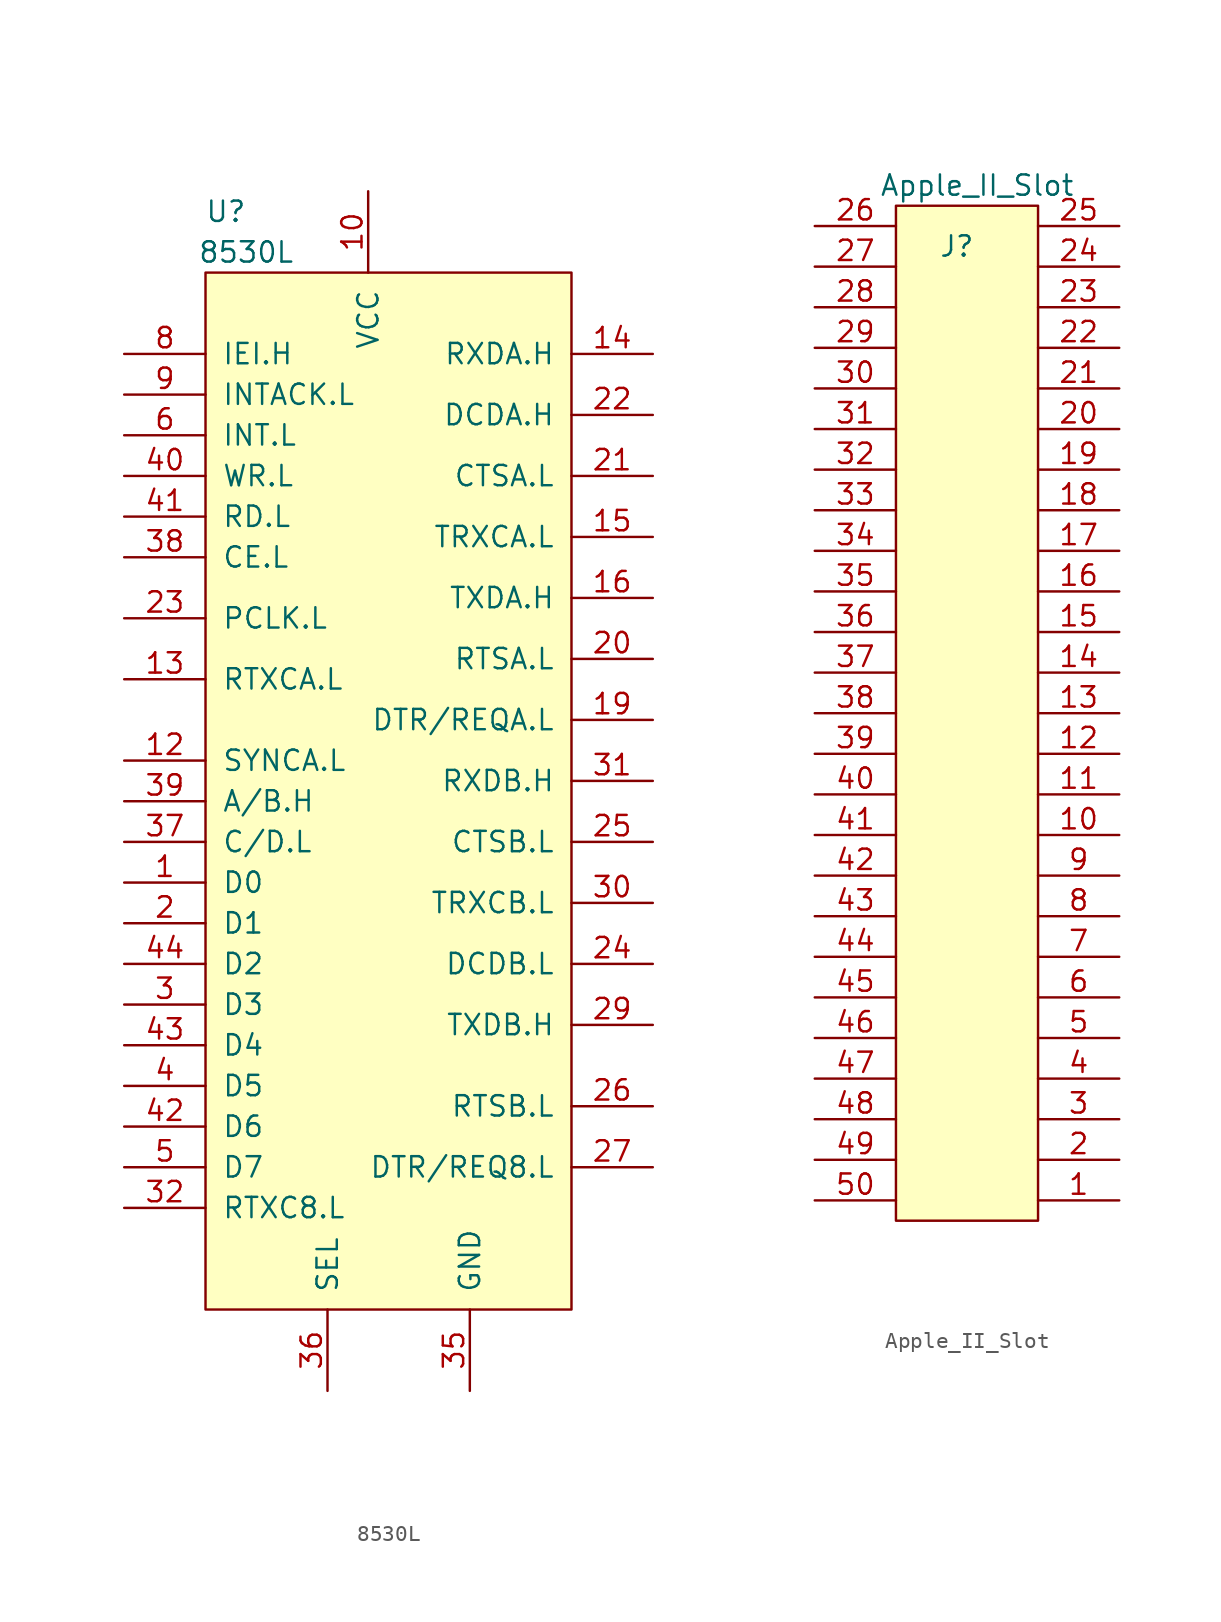
<source format=kicad_sym>
(kicad_symbol_lib
  (version 20211014)
  (generator kicad_symbol_editor)
  (symbol "8530L"
    (pin_names
      (offset 1.016))
    (property "Reference" "U"
      (at -8.89 36.83 0)
      (effects (font (size 1.27 1.27))))
    (property "Value" "8530L"
      (at -7.62 34.29 0)
      (effects (font (size 1.27 1.27))))
    (symbol "8530L_0_1"
      (rectangle (start -10.16 33.02) (end 12.7 -31.75) (stroke (width 0) (type default) (color 0 0 0 0)) (fill (type background))))
    (symbol "8530L_1_1"
      (pin input line (at -15.24 -5.08 0) (length 5.08) (name "D0" (effects (font (size 1.27 1.27)))) (number "1" (effects (font (size 1.27 1.27)))))
      (pin input line (at 0 38.1 270) (length 5.08) (name "VCC" (effects (font (size 1.27 1.27)))) (number "10" (effects (font (size 1.27 1.27)))))
      (pin input line (at -15.24 2.54 0) (length 5.08) (name "SYNCA.L" (effects (font (size 1.27 1.27)))) (number "12" (effects (font (size 1.27 1.27)))))
      (pin input line (at -15.24 7.62 0) (length 5.08) (name "RTXCA.L" (effects (font (size 1.27 1.27)))) (number "13" (effects (font (size 1.27 1.27)))))
      (pin input line (at 17.78 27.94 180) (length 5.08) (name "RXDA.H" (effects (font (size 1.27 1.27)))) (number "14" (effects (font (size 1.27 1.27)))))
      (pin input line (at 17.78 16.51 180) (length 5.08) (name "TRXCA.L" (effects (font (size 1.27 1.27)))) (number "15" (effects (font (size 1.27 1.27)))))
      (pin input line (at 17.78 12.7 180) (length 5.08) (name "TXDA.H" (effects (font (size 1.27 1.27)))) (number "16" (effects (font (size 1.27 1.27)))))
      (pin input line (at 17.78 5.08 180) (length 5.08) (name "DTR/REQA.L" (effects (font (size 1.27 1.27)))) (number "19" (effects (font (size 1.27 1.27)))))
      (pin input line (at -15.24 -7.62 0) (length 5.08) (name "D1" (effects (font (size 1.27 1.27)))) (number "2" (effects (font (size 1.27 1.27)))))
      (pin input line (at 17.78 8.89 180) (length 5.08) (name "RTSA.L" (effects (font (size 1.27 1.27)))) (number "20" (effects (font (size 1.27 1.27)))))
      (pin input line (at 17.78 20.32 180) (length 5.08) (name "CTSA.L" (effects (font (size 1.27 1.27)))) (number "21" (effects (font (size 1.27 1.27)))))
      (pin input line (at 17.78 24.13 180) (length 5.08) (name "DCDA.H" (effects (font (size 1.27 1.27)))) (number "22" (effects (font (size 1.27 1.27)))))
      (pin input line (at -15.24 11.43 0) (length 5.08) (name "PCLK.L" (effects (font (size 1.27 1.27)))) (number "23" (effects (font (size 1.27 1.27)))))
      (pin input line (at 17.78 -10.16 180) (length 5.08) (name "DCDB.L" (effects (font (size 1.27 1.27)))) (number "24" (effects (font (size 1.27 1.27)))))
      (pin input line (at 17.78 -2.54 180) (length 5.08) (name "CTSB.L" (effects (font (size 1.27 1.27)))) (number "25" (effects (font (size 1.27 1.27)))))
      (pin input line (at 17.78 -19.05 180) (length 5.08) (name "RTSB.L" (effects (font (size 1.27 1.27)))) (number "26" (effects (font (size 1.27 1.27)))))
      (pin input line (at 17.78 -22.86 180) (length 5.08) (name "DTR/REQ8.L" (effects (font (size 1.27 1.27)))) (number "27" (effects (font (size 1.27 1.27)))))
      (pin input line (at 17.78 -13.97 180) (length 5.08) (name "TXDB.H" (effects (font (size 1.27 1.27)))) (number "29" (effects (font (size 1.27 1.27)))))
      (pin input line (at -15.24 -12.7 0) (length 5.08) (name "D3" (effects (font (size 1.27 1.27)))) (number "3" (effects (font (size 1.27 1.27)))))
      (pin input line (at 17.78 -6.35 180) (length 5.08) (name "TRXCB.L" (effects (font (size 1.27 1.27)))) (number "30" (effects (font (size 1.27 1.27)))))
      (pin input line (at 17.78 1.27 180) (length 5.08) (name "RXDB.H" (effects (font (size 1.27 1.27)))) (number "31" (effects (font (size 1.27 1.27)))))
      (pin input line (at -15.24 -25.4 0) (length 5.08) (name "RTXC8.L" (effects (font (size 1.27 1.27)))) (number "32" (effects (font (size 1.27 1.27)))))
      (pin input line (at 6.35 -36.83 90) (length 5.08) (name "GND" (effects (font (size 1.27 1.27)))) (number "35" (effects (font (size 1.27 1.27)))))
      (pin input line (at -2.54 -36.83 90) (length 5.08) (name "SEL" (effects (font (size 1.27 1.27)))) (number "36" (effects (font (size 1.27 1.27)))))
      (pin input line (at -15.24 -2.54 0) (length 5.08) (name "C/D.L" (effects (font (size 1.27 1.27)))) (number "37" (effects (font (size 1.27 1.27)))))
      (pin input line (at -15.24 15.24 0) (length 5.08) (name "CE.L" (effects (font (size 1.27 1.27)))) (number "38" (effects (font (size 1.27 1.27)))))
      (pin input line (at -15.24 0 0) (length 5.08) (name "A/B.H" (effects (font (size 1.27 1.27)))) (number "39" (effects (font (size 1.27 1.27)))))
      (pin input line (at -15.24 -17.78 0) (length 5.08) (name "D5" (effects (font (size 1.27 1.27)))) (number "4" (effects (font (size 1.27 1.27)))))
      (pin input line (at -15.24 20.32 0) (length 5.08) (name "WR.L" (effects (font (size 1.27 1.27)))) (number "40" (effects (font (size 1.27 1.27)))))
      (pin input line (at -15.24 17.78 0) (length 5.08) (name "RD.L" (effects (font (size 1.27 1.27)))) (number "41" (effects (font (size 1.27 1.27)))))
      (pin input line (at -15.24 -20.32 0) (length 5.08) (name "D6" (effects (font (size 1.27 1.27)))) (number "42" (effects (font (size 1.27 1.27)))))
      (pin input line (at -15.24 -15.24 0) (length 5.08) (name "D4" (effects (font (size 1.27 1.27)))) (number "43" (effects (font (size 1.27 1.27)))))
      (pin input line (at -15.24 -10.16 0) (length 5.08) (name "D2" (effects (font (size 1.27 1.27)))) (number "44" (effects (font (size 1.27 1.27)))))
      (pin input line (at -15.24 -22.86 0) (length 5.08) (name "D7" (effects (font (size 1.27 1.27)))) (number "5" (effects (font (size 1.27 1.27)))))
      (pin input line (at -15.24 22.86 0) (length 5.08) (name "INT.L" (effects (font (size 1.27 1.27)))) (number "6" (effects (font (size 1.27 1.27)))))
      (pin input line (at -15.24 27.94 0) (length 5.08) (name "IEI.H" (effects (font (size 1.27 1.27)))) (number "8" (effects (font (size 1.27 1.27)))))
      (pin input line (at -15.24 25.4 0) (length 5.08) (name "INTACK.L" (effects (font (size 1.27 1.27)))) (number "9" (effects (font (size 1.27 1.27)))))))
  (symbol "Apple_II_Slot"
    (pin_names
      (offset 1.016))
    (property "Reference" "J"
      (at 0 27.94 0)
      (effects (font (size 1.27 1.27))))
    (property "Value" "Apple_II_Slot"
      (at 1.27 31.75 0)
      (effects (font (size 1.27 1.27))))
    (symbol "Apple_II_Slot_0_0"
      (rectangle (start -3.81 30.48) (end 5.08 -33.02) (stroke (width 0) (type default) (color 0 0 0 0)) (fill (type background))))
    (symbol "Apple_II_Slot_1_1"
      (pin passive line (at 10.16 -31.75 180) (length 5.08) (name "~" (effects (font (size 1.27 1.27)))) (number "1" (effects (font (size 1.27 1.27)))))
      (pin passive line (at 10.16 -8.89 180) (length 5.08) (name "~" (effects (font (size 1.27 1.27)))) (number "10" (effects (font (size 1.27 1.27)))))
      (pin passive line (at 10.16 -6.35 180) (length 5.08) (name "~" (effects (font (size 1.27 1.27)))) (number "11" (effects (font (size 1.27 1.27)))))
      (pin passive line (at 10.16 -3.81 180) (length 5.08) (name "~" (effects (font (size 1.27 1.27)))) (number "12" (effects (font (size 1.27 1.27)))))
      (pin passive line (at 10.16 -1.27 180) (length 5.08) (name "~" (effects (font (size 1.27 1.27)))) (number "13" (effects (font (size 1.27 1.27)))))
      (pin passive line (at 10.16 1.27 180) (length 5.08) (name "~" (effects (font (size 1.27 1.27)))) (number "14" (effects (font (size 1.27 1.27)))))
      (pin passive line (at 10.16 3.81 180) (length 5.08) (name "~" (effects (font (size 1.27 1.27)))) (number "15" (effects (font (size 1.27 1.27)))))
      (pin passive line (at 10.16 6.35 180) (length 5.08) (name "~" (effects (font (size 1.27 1.27)))) (number "16" (effects (font (size 1.27 1.27)))))
      (pin passive line (at 10.16 8.89 180) (length 5.08) (name "~" (effects (font (size 1.27 1.27)))) (number "17" (effects (font (size 1.27 1.27)))))
      (pin passive line (at 10.16 11.43 180) (length 5.08) (name "~" (effects (font (size 1.27 1.27)))) (number "18" (effects (font (size 1.27 1.27)))))
      (pin passive line (at 10.16 13.97 180) (length 5.08) (name "~" (effects (font (size 1.27 1.27)))) (number "19" (effects (font (size 1.27 1.27)))))
      (pin passive line (at 10.16 -29.21 180) (length 5.08) (name "~" (effects (font (size 1.27 1.27)))) (number "2" (effects (font (size 1.27 1.27)))))
      (pin passive line (at 10.16 16.51 180) (length 5.08) (name "~" (effects (font (size 1.27 1.27)))) (number "20" (effects (font (size 1.27 1.27)))))
      (pin passive line (at 10.16 19.05 180) (length 5.08) (name "~" (effects (font (size 1.27 1.27)))) (number "21" (effects (font (size 1.27 1.27)))))
      (pin passive line (at 10.16 21.59 180) (length 5.08) (name "~" (effects (font (size 1.27 1.27)))) (number "22" (effects (font (size 1.27 1.27)))))
      (pin passive line (at 10.16 24.13 180) (length 5.08) (name "~" (effects (font (size 1.27 1.27)))) (number "23" (effects (font (size 1.27 1.27)))))
      (pin passive line (at 10.16 26.67 180) (length 5.08) (name "~" (effects (font (size 1.27 1.27)))) (number "24" (effects (font (size 1.27 1.27)))))
      (pin passive line (at 10.16 29.21 180) (length 5.08) (name "~" (effects (font (size 1.27 1.27)))) (number "25" (effects (font (size 1.27 1.27)))))
      (pin passive line (at -8.89 29.21 0) (length 5.08) (name "~" (effects (font (size 1.27 1.27)))) (number "26" (effects (font (size 1.27 1.27)))))
      (pin passive line (at -8.89 26.67 0) (length 5.08) (name "~" (effects (font (size 1.27 1.27)))) (number "27" (effects (font (size 1.27 1.27)))))
      (pin passive line (at -8.89 24.13 0) (length 5.08) (name "~" (effects (font (size 1.27 1.27)))) (number "28" (effects (font (size 1.27 1.27)))))
      (pin passive line (at -8.89 21.59 0) (length 5.08) (name "~" (effects (font (size 1.27 1.27)))) (number "29" (effects (font (size 1.27 1.27)))))
      (pin passive line (at 10.16 -26.67 180) (length 5.08) (name "~" (effects (font (size 1.27 1.27)))) (number "3" (effects (font (size 1.27 1.27)))))
      (pin passive line (at -8.89 19.05 0) (length 5.08) (name "" (effects (font (size 1.27 1.27)))) (number "30" (effects (font (size 1.27 1.27)))))
      (pin passive line (at -8.89 16.51 0) (length 5.08) (name "~" (effects (font (size 1.27 1.27)))) (number "31" (effects (font (size 1.27 1.27)))))
      (pin passive line (at -8.89 13.97 0) (length 5.08) (name "~" (effects (font (size 1.27 1.27)))) (number "32" (effects (font (size 1.27 1.27)))))
      (pin passive line (at -8.89 11.43 0) (length 5.08) (name "~" (effects (font (size 1.27 1.27)))) (number "33" (effects (font (size 1.27 1.27)))))
      (pin passive line (at -8.89 8.89 0) (length 5.08) (name "~" (effects (font (size 1.27 1.27)))) (number "34" (effects (font (size 1.27 1.27)))))
      (pin passive line (at -8.89 6.35 0) (length 5.08) (name "~" (effects (font (size 1.27 1.27)))) (number "35" (effects (font (size 1.27 1.27)))))
      (pin passive line (at -8.89 3.81 0) (length 5.08) (name "~" (effects (font (size 1.27 1.27)))) (number "36" (effects (font (size 1.27 1.27)))))
      (pin passive line (at -8.89 1.27 0) (length 5.08) (name "~" (effects (font (size 1.27 1.27)))) (number "37" (effects (font (size 1.27 1.27)))))
      (pin passive line (at -8.89 -1.27 0) (length 5.08) (name "~" (effects (font (size 1.27 1.27)))) (number "38" (effects (font (size 1.27 1.27)))))
      (pin passive line (at -8.89 -3.81 0) (length 5.08) (name "~" (effects (font (size 1.27 1.27)))) (number "39" (effects (font (size 1.27 1.27)))))
      (pin passive line (at 10.16 -24.13 180) (length 5.08) (name "~" (effects (font (size 1.27 1.27)))) (number "4" (effects (font (size 1.27 1.27)))))
      (pin passive line (at -8.89 -6.35 0) (length 5.08) (name "~" (effects (font (size 1.27 1.27)))) (number "40" (effects (font (size 1.27 1.27)))))
      (pin passive line (at -8.89 -8.89 0) (length 5.08) (name "~" (effects (font (size 1.27 1.27)))) (number "41" (effects (font (size 1.27 1.27)))))
      (pin passive line (at -8.89 -11.43 0) (length 5.08) (name "~" (effects (font (size 1.27 1.27)))) (number "42" (effects (font (size 1.27 1.27)))))
      (pin passive line (at -8.89 -13.97 0) (length 5.08) (name "~" (effects (font (size 1.27 1.27)))) (number "43" (effects (font (size 1.27 1.27)))))
      (pin passive line (at -8.89 -16.51 0) (length 5.08) (name "~" (effects (font (size 1.27 1.27)))) (number "44" (effects (font (size 1.27 1.27)))))
      (pin passive line (at -8.89 -19.05 0) (length 5.08) (name "~" (effects (font (size 1.27 1.27)))) (number "45" (effects (font (size 1.27 1.27)))))
      (pin passive line (at -8.89 -21.59 0) (length 5.08) (name "~" (effects (font (size 1.27 1.27)))) (number "46" (effects (font (size 1.27 1.27)))))
      (pin passive line (at -8.89 -24.13 0) (length 5.08) (name "~" (effects (font (size 1.27 1.27)))) (number "47" (effects (font (size 1.27 1.27)))))
      (pin passive line (at -8.89 -26.67 0) (length 5.08) (name "~" (effects (font (size 1.27 1.27)))) (number "48" (effects (font (size 1.27 1.27)))))
      (pin passive line (at -8.89 -29.21 0) (length 5.08) (name "~" (effects (font (size 1.27 1.27)))) (number "49" (effects (font (size 1.27 1.27)))))
      (pin passive line (at 10.16 -21.59 180) (length 5.08) (name "~" (effects (font (size 1.27 1.27)))) (number "5" (effects (font (size 1.27 1.27)))))
      (pin passive line (at -8.89 -31.75 0) (length 5.08) (name "~" (effects (font (size 1.27 1.27)))) (number "50" (effects (font (size 1.27 1.27)))))
      (pin passive line (at 10.16 -19.05 180) (length 5.08) (name "~" (effects (font (size 1.27 1.27)))) (number "6" (effects (font (size 1.27 1.27)))))
      (pin passive line (at 10.16 -16.51 180) (length 5.08) (name "~" (effects (font (size 1.27 1.27)))) (number "7" (effects (font (size 1.27 1.27)))))
      (pin passive line (at 10.16 -13.97 180) (length 5.08) (name "~" (effects (font (size 1.27 1.27)))) (number "8" (effects (font (size 1.27 1.27)))))
      (pin passive line (at 10.16 -11.43 180) (length 5.08) (name "~" (effects (font (size 1.27 1.27)))) (number "9" (effects (font (size 1.27 1.27))))))))
</source>
